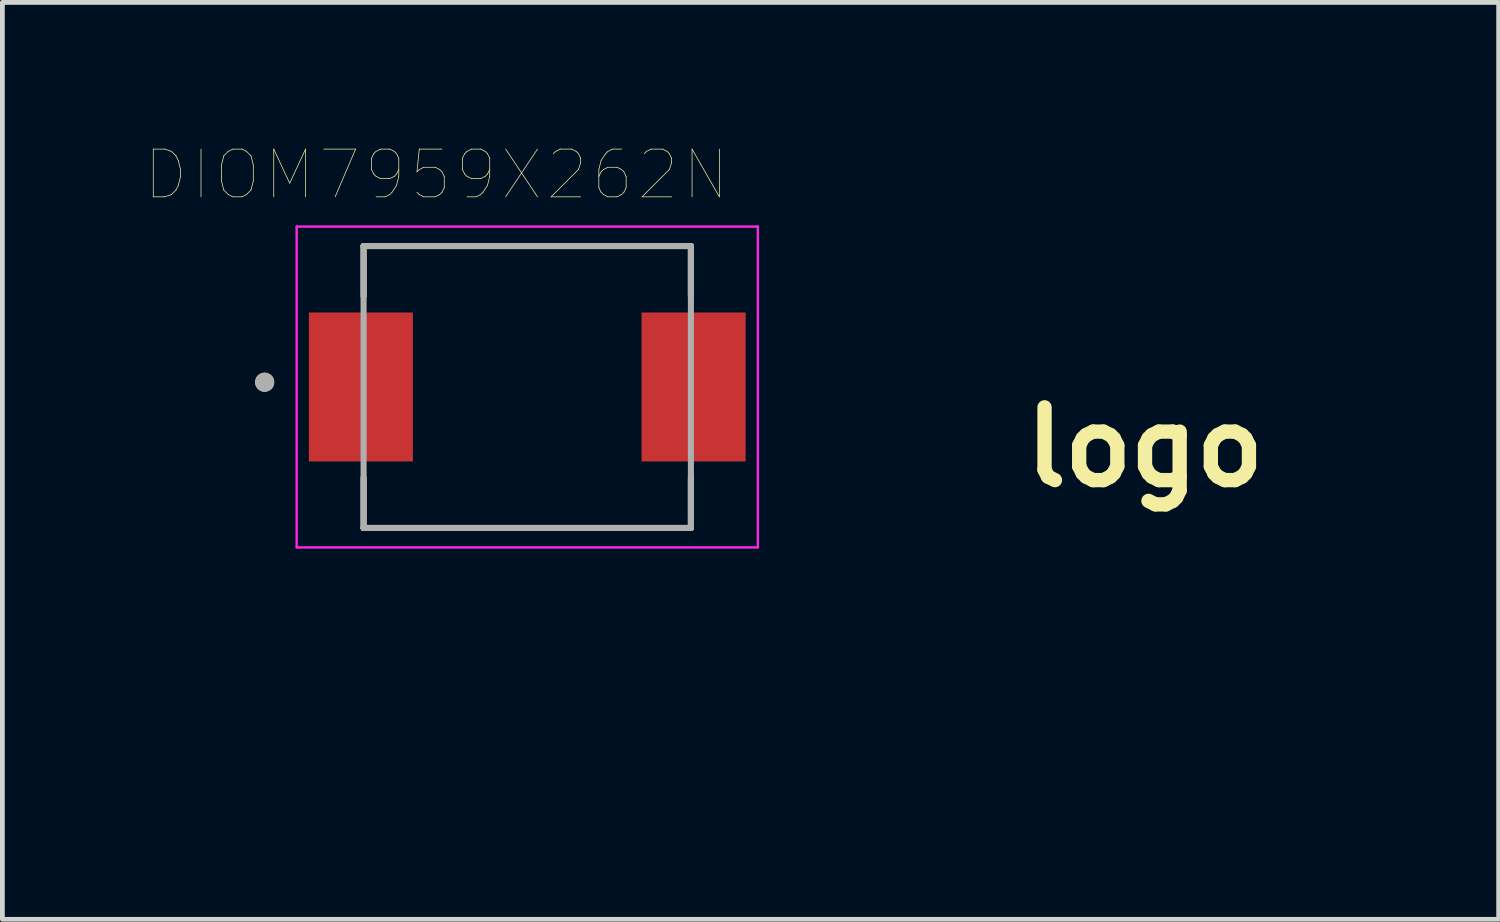
<source format=kicad_pcb>
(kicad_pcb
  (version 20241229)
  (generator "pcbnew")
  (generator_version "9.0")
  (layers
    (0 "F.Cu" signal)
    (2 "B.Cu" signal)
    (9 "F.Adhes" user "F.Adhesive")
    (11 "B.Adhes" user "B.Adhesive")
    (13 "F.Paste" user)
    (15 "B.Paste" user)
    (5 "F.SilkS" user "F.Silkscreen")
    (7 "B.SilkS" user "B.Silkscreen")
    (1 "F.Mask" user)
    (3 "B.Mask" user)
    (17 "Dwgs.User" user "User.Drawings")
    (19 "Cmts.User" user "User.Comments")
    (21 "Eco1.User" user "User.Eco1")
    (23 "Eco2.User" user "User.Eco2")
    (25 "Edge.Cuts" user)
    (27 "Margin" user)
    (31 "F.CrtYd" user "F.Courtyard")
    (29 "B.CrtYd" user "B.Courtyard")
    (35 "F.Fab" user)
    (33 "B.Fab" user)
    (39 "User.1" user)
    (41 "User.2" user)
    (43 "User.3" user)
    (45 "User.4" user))
  (footprint "logo"
    (layer "F.Cu")
    (at 20.934 6.317)
    (property "Reference" "logo" (at 0 0 0) (layer "F.SilkS") (effects (font (size 1.524 1.524) (thickness 0.3))))
    (attr through_hole)
    (fp_poly (pts (xy -0.945 -1.938) (xy -0.701 -1.907) (xy -0.401 -1.893) (xy -0.091 -1.897) (xy 0.18 -1.917) (xy 0.296 -1.936) (xy 0.508 -1.981) (xy 0.508 0.239) (xy 0.508 0.819) (xy 0.507 1.296) (xy 0.503 1.683) (xy 0.495 1.988) (xy 0.482 2.224) (xy 0.463 2.401) (xy 0.435 2.529) (xy 0.397 2.619) (xy 0.348 2.683) (xy 0.287 2.73) (xy 0.212 2.772) (xy 0.169 2.794) (xy -0.034 2.857) (xy -0.293 2.88) (xy -0.562 2.864) (xy -0.794 2.811) (xy -0.885 2.769) (xy -1.023 2.665) (xy -1.119 2.557) (xy -1.125 2.547) (xy -1.143 2.455) (xy -1.158 2.252) (xy -1.169 1.939) (xy -1.178 1.517) (xy -1.183 0.99) (xy -1.185 0.357) (xy -1.185 0.225) (xy -1.185 -1.985) (xy -0.945 -1.938)) (stroke (width 0.01) (type solid)) (fill no) (layer "Eco2.User"))
    (fp_poly (pts (xy -0.217 -6.307) (xy 0.09 -6.255) (xy 0.421 -6.149) (xy 0.73 -6.006) (xy 0.975 -5.845) (xy 0.993 -5.83) (xy 1.191 -5.618) (xy 1.385 -5.351) (xy 1.541 -5.075) (xy 1.607 -4.915) (xy 1.702 -4.464) (xy 1.693 -4.02) (xy 1.59 -3.596) (xy 1.402 -3.206) (xy 1.138 -2.862) (xy 0.807 -2.578) (xy 0.42 -2.368) (xy -0.016 -2.246) (xy -0.254 -2.221) (xy -0.518 -2.222) (xy -0.757 -2.249) (xy -0.875 -2.277) (xy -1.314 -2.474) (xy -1.697 -2.748) (xy -2.007 -3.085) (xy -2.229 -3.468) (xy -2.257 -3.538) (xy -2.368 -3.983) (xy -2.378 -4.424) (xy -2.294 -4.847) (xy -2.179 -5.117) (xy -1.679 -5.117) (xy -1.671 -4.898) (xy -1.609 -4.742) (xy -1.447 -4.532) (xy -1.235 -4.421) (xy -0.983 -4.413) (xy -0.822 -4.458) (xy -0.679 -4.559) (xy -0.55 -4.727) (xy -0.467 -4.913) (xy -0.452 -5.012) (xy -0.504 -5.238) (xy -0.647 -5.435) (xy -0.824 -5.559) (xy -1.069 -5.62) (xy -1.305 -5.581) (xy -1.503 -5.448) (xy -1.583 -5.345) (xy -1.679 -5.117) (xy -2.179 -5.117) (xy -2.127 -5.24) (xy -1.886 -5.59) (xy -1.58 -5.886) (xy -1.218 -6.113) (xy -0.811 -6.259) (xy -0.366 -6.312) (xy -0.217 -6.307)) (stroke (width 0.01) (type solid)) (fill no) (layer "Eco2.User"))
    (fp_poly (pts (xy 4.372 3.386) (xy 4.392 3.551) (xy 4.402 3.821) (xy 4.403 3.969) (xy 4.403 4.607) (xy 2.151 5.747) (xy 1.602 6.023) (xy 1.145 6.253) (xy 0.769 6.438) (xy 0.465 6.585) (xy 0.224 6.697) (xy 0.037 6.778) (xy -0.107 6.833) (xy -0.215 6.866) (xy -0.299 6.881) (xy -0.347 6.883) (xy -0.422 6.875) (xy -0.522 6.849) (xy -0.656 6.802) (xy -0.834 6.729) (xy -1.063 6.625) (xy -1.354 6.488) (xy -1.715 6.312) (xy -2.156 6.094) (xy -2.686 5.83) (xy -2.836 5.754) (xy -5.08 4.628) (xy -5.08 3.979) (xy -5.076 3.724) (xy -5.067 3.516) (xy -5.053 3.377) (xy -5.037 3.33) (xy -4.978 3.355) (xy -4.83 3.424) (xy -4.601 3.534) (xy -4.304 3.679) (xy -3.947 3.853) (xy -3.543 4.052) (xy -3.101 4.271) (xy -2.821 4.41) (xy -2.294 4.672) (xy -1.857 4.887) (xy -1.5 5.061) (xy -1.214 5.198) (xy -0.987 5.303) (xy -0.809 5.379) (xy -0.67 5.431) (xy -0.56 5.464) (xy -0.467 5.482) (xy -0.383 5.49) (xy -0.311 5.492) (xy -0.226 5.491) (xy -0.143 5.484) (xy -0.053 5.466) (xy 0.055 5.433) (xy 0.192 5.38) (xy 0.367 5.303) (xy 0.591 5.198) (xy 0.875 5.058) (xy 1.229 4.881) (xy 1.663 4.661) (xy 2.154 4.412) (xy 2.608 4.182) (xy 3.032 3.968) (xy 3.415 3.777) (xy 3.746 3.613) (xy 4.014 3.481) (xy 4.209 3.388) (xy 4.321 3.337) (xy 4.342 3.33) (xy 4.372 3.386)) (stroke (width 0.01) (type solid)) (fill no) (layer "Eco2.User"))
    (fp_poly (pts (xy 0.886 1.041) (xy 1.037 1.11) (xy 1.259 1.217) (xy 1.537 1.354) (xy 1.858 1.515) (xy 2.207 1.692) (xy 2.571 1.878) (xy 2.936 2.066) (xy 3.289 2.249) (xy 3.615 2.42) (xy 3.901 2.572) (xy 4.133 2.698) (xy 4.298 2.79) (xy 4.38 2.842) (xy 4.387 2.85) (xy 4.335 2.886) (xy 4.192 2.968) (xy 3.968 3.089) (xy 3.674 3.244) (xy 3.32 3.428) (xy 2.915 3.636) (xy 2.47 3.863) (xy 2.1 4.05) (xy 1.495 4.352) (xy 0.985 4.604) (xy 0.564 4.808) (xy 0.227 4.966) (xy -0.031 5.08) (xy -0.216 5.154) (xy -0.332 5.189) (xy -0.365 5.193) (xy -0.451 5.175) (xy -0.601 5.121) (xy -0.822 5.026) (xy -1.117 4.89) (xy -1.494 4.709) (xy -1.957 4.482) (xy -2.511 4.204) (xy -2.817 4.05) (xy -3.284 3.813) (xy -3.718 3.589) (xy -4.11 3.386) (xy -4.449 3.207) (xy -4.726 3.059) (xy -4.929 2.946) (xy -5.049 2.874) (xy -5.079 2.85) (xy -5.031 2.816) (xy -4.896 2.739) (xy -4.687 2.626) (xy -4.419 2.484) (xy -4.105 2.32) (xy -3.76 2.141) (xy -3.396 1.954) (xy -3.029 1.766) (xy -2.671 1.584) (xy -2.336 1.416) (xy -2.039 1.269) (xy -1.794 1.149) (xy -1.613 1.064) (xy -1.511 1.02) (xy -1.496 1.016) (xy -1.486 1.069) (xy -1.477 1.215) (xy -1.471 1.435) (xy -1.468 1.708) (xy -1.468 1.836) (xy -1.464 2.204) (xy -1.45 2.478) (xy -1.417 2.677) (xy -1.358 2.819) (xy -1.266 2.925) (xy -1.135 3.012) (xy -0.99 3.084) (xy -0.687 3.181) (xy -0.356 3.214) (xy -0.026 3.186) (xy 0.279 3.104) (xy 0.531 2.97) (xy 0.694 2.804) (xy 0.733 2.726) (xy 0.76 2.618) (xy 0.778 2.46) (xy 0.787 2.234) (xy 0.79 1.918) (xy 0.79 1.836) (xy 0.792 1.547) (xy 0.797 1.302) (xy 0.805 1.122) (xy 0.814 1.026) (xy 0.818 1.016) (xy 0.886 1.041)) (stroke (width 0.01) (type solid)) (fill no) (layer "Eco2.User")))
  (footprint "DIOM7959X262N"
    (layer "F.Cu")
    (at 7.994 5.056)
    (property "Reference" "DIOM7959X262N" (at -1.905 -4.445 0) (layer "F.SilkS") (effects (font (size 1 1) (thickness 0.015))))
    (attr through_hole)
    (fp_line (start -3.428 -2.953) (end 3.428 -2.953) (stroke (width 0.127) (type solid)) (layer "F.SilkS"))
    (fp_line (start -3.428 -1.9) (end -3.428 -2.953) (stroke (width 0.127) (type solid)) (layer "F.SilkS"))
    (fp_line (start -3.428 1.9) (end -3.428 2.953) (stroke (width 0.127) (type solid)) (layer "F.SilkS"))
    (fp_line (start -3.428 2.953) (end 3.428 2.953) (stroke (width 0.127) (type solid)) (layer "F.SilkS"))
    (fp_line (start 3.428 -2.953) (end 3.428 -1.9) (stroke (width 0.127) (type solid)) (layer "F.SilkS"))
    (fp_line (start 3.428 2.953) (end 3.428 1.9) (stroke (width 0.127) (type solid)) (layer "F.SilkS"))
    (fp_circle (center -5.5 -0.1) (end -5.4 -0.1) (stroke (width 0.2) (type solid)) (fill no) (layer "F.SilkS"))
    (fp_line (start -4.83 -3.36) (end 4.83 -3.36) (stroke (width 0.05) (type solid)) (layer "F.CrtYd"))
    (fp_line (start -4.83 3.36) (end -4.83 -3.36) (stroke (width 0.05) (type solid)) (layer "F.CrtYd"))
    (fp_line (start 4.83 -3.36) (end 4.83 3.36) (stroke (width 0.05) (type solid)) (layer "F.CrtYd"))
    (fp_line (start 4.83 3.36) (end -4.83 3.36) (stroke (width 0.05) (type solid)) (layer "F.CrtYd"))
    (fp_line (start -3.428 -2.953) (end 3.428 -2.953) (stroke (width 0.127) (type solid)) (layer "F.Fab"))
    (fp_line (start -3.428 2.953) (end -3.428 -2.953) (stroke (width 0.127) (type solid)) (layer "F.Fab"))
    (fp_line (start 3.428 -2.953) (end 3.428 2.953) (stroke (width 0.127) (type solid)) (layer "F.Fab"))
    (fp_line (start 3.428 2.953) (end -3.428 2.953) (stroke (width 0.127) (type solid)) (layer "F.Fab"))
    (fp_circle (center -5.5 -0.1) (end -5.4 -0.1) (stroke (width 0.2) (type solid)) (fill no) (layer "F.Fab"))
    (pad "A" smd rect (at 3.485 0) (size 2.18 3.12) (layers "F.Cu" "F.Mask" "F.Paste"))
    (pad "C" smd rect (at -3.485 0) (size 2.18 3.12) (layers "F.Cu" "F.Mask" "F.Paste")))
  (gr_rect
    (start -3 -3)
    (end 28.342 16.206)
    (stroke (width 0.1) (type default))
    (fill no)
    (layer "Edge.Cuts")))
</source>
